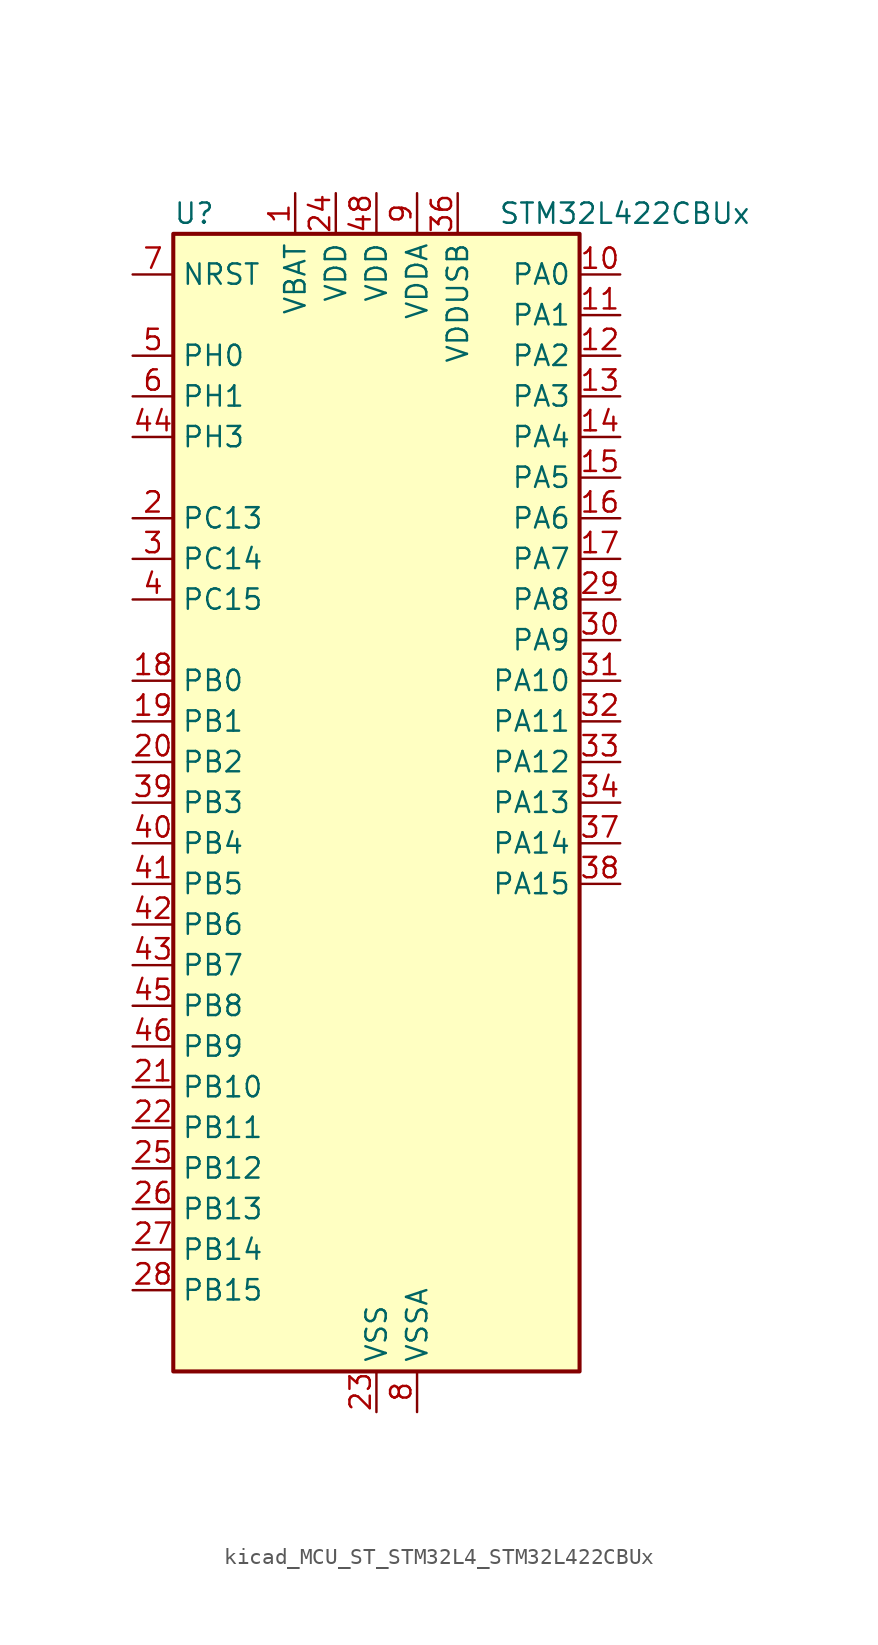
<source format=kicad_sym>
(kicad_symbol_lib
  (version 20220914)
  (generator kicad_symbol_editor)
  (symbol "kicad_MCU_ST_STM32L4_STM32L422CBUx"
    (property "Reference" "U"
      (at -12.7 36.83 0)
      (effects (font (size 1.27 1.27)) (justify left)))
    (property "Value" "STM32L422CBUx"
      (at 7.62 36.83 0)
      (effects (font (size 1.27 1.27)) (justify left)))
    (property "ki_locked" ""
      (at 0 0 0)
      (effects (font (size 1.27 1.27))))
    (symbol "kicad_MCU_ST_STM32L4_STM32L422CBUx_0_1"
      (rectangle (start -12.7 -35.56) (end 12.7 35.56) (stroke (width 0.254) (type default)) (fill (type background))))
    (symbol "kicad_MCU_ST_STM32L4_STM32L422CBUx_1_1"
      (pin power_in line (at -5.08 38.1 270) (length 2.54) (name "VBAT" (effects (font (size 1.27 1.27)))) (number "1" (effects (font (size 1.27 1.27)))))
      (pin bidirectional line (at 15.24 33.02 180) (length 2.54) (name "PA0" (effects (font (size 1.27 1.27)))) (number "10" (effects (font (size 1.27 1.27)))) (alternate "ADC1_IN5" bidirectional line) (alternate "COMP1_INM" bidirectional line) (alternate "COMP1_OUT" bidirectional line) (alternate "OPAMP1_VINP" bidirectional line) (alternate "RTC_TAMP2" bidirectional line) (alternate "SYS_WKUP1" bidirectional line) (alternate "TIM2_CH1" bidirectional line) (alternate "TIM2_ETR" bidirectional line) (alternate "USART2_CTS" bidirectional line))
      (pin bidirectional line (at 15.24 30.48 180) (length 2.54) (name "PA1" (effects (font (size 1.27 1.27)))) (number "11" (effects (font (size 1.27 1.27)))) (alternate "ADC1_IN6" bidirectional line) (alternate "COMP1_INP" bidirectional line) (alternate "I2C1_SMBA" bidirectional line) (alternate "OPAMP1_VINM" bidirectional line) (alternate "SPI1_SCK" bidirectional line) (alternate "TIM15_CH1N" bidirectional line) (alternate "TIM2_CH2" bidirectional line) (alternate "USART2_DE" bidirectional line) (alternate "USART2_RTS" bidirectional line))
      (pin bidirectional line (at 15.24 27.94 180) (length 2.54) (name "PA2" (effects (font (size 1.27 1.27)))) (number "12" (effects (font (size 1.27 1.27)))) (alternate "ADC1_IN7" bidirectional line) (alternate "ADC2_IN7" bidirectional line) (alternate "LPUART1_TX" bidirectional line) (alternate "QUADSPI_BK1_NCS" bidirectional line) (alternate "RCC_LSCO" bidirectional line) (alternate "SYS_WKUP4" bidirectional line) (alternate "TIM15_CH1" bidirectional line) (alternate "TIM2_CH3" bidirectional line) (alternate "USART2_TX" bidirectional line))
      (pin bidirectional line (at 15.24 25.4 180) (length 2.54) (name "PA3" (effects (font (size 1.27 1.27)))) (number "13" (effects (font (size 1.27 1.27)))) (alternate "ADC1_IN8" bidirectional line) (alternate "ADC2_IN8" bidirectional line) (alternate "LPUART1_RX" bidirectional line) (alternate "OPAMP1_VOUT" bidirectional line) (alternate "QUADSPI_CLK" bidirectional line) (alternate "TIM15_CH2" bidirectional line) (alternate "TIM2_CH4" bidirectional line) (alternate "USART2_RX" bidirectional line))
      (pin bidirectional line (at 15.24 22.86 180) (length 2.54) (name "PA4" (effects (font (size 1.27 1.27)))) (number "14" (effects (font (size 1.27 1.27)))) (alternate "ADC1_IN9" bidirectional line) (alternate "ADC2_IN9" bidirectional line) (alternate "COMP1_INM" bidirectional line) (alternate "LPTIM2_OUT" bidirectional line) (alternate "SPI1_NSS" bidirectional line) (alternate "USART2_CK" bidirectional line))
      (pin bidirectional line (at 15.24 20.32 180) (length 2.54) (name "PA5" (effects (font (size 1.27 1.27)))) (number "15" (effects (font (size 1.27 1.27)))) (alternate "ADC1_IN10" bidirectional line) (alternate "ADC2_IN10" bidirectional line) (alternate "COMP1_INM" bidirectional line) (alternate "LPTIM2_ETR" bidirectional line) (alternate "SPI1_SCK" bidirectional line) (alternate "TIM2_CH1" bidirectional line) (alternate "TIM2_ETR" bidirectional line))
      (pin bidirectional line (at 15.24 17.78 180) (length 2.54) (name "PA6" (effects (font (size 1.27 1.27)))) (number "16" (effects (font (size 1.27 1.27)))) (alternate "ADC1_IN11" bidirectional line) (alternate "ADC2_IN11" bidirectional line) (alternate "COMP1_OUT" bidirectional line) (alternate "LPUART1_CTS" bidirectional line) (alternate "QUADSPI_BK1_IO3" bidirectional line) (alternate "SPI1_MISO" bidirectional line) (alternate "TIM16_CH1" bidirectional line) (alternate "TIM1_BKIN" bidirectional line) (alternate "USART3_CTS" bidirectional line))
      (pin bidirectional line (at 15.24 15.24 180) (length 2.54) (name "PA7" (effects (font (size 1.27 1.27)))) (number "17" (effects (font (size 1.27 1.27)))) (alternate "ADC1_IN12" bidirectional line) (alternate "ADC2_IN12" bidirectional line) (alternate "I2C3_SCL" bidirectional line) (alternate "QUADSPI_BK1_IO2" bidirectional line) (alternate "SPI1_MOSI" bidirectional line) (alternate "TIM1_CH1N" bidirectional line))
      (pin bidirectional line (at -15.24 7.62 0) (length 2.54) (name "PB0" (effects (font (size 1.27 1.27)))) (number "18" (effects (font (size 1.27 1.27)))) (alternate "ADC1_IN15" bidirectional line) (alternate "ADC2_IN15" bidirectional line) (alternate "COMP1_OUT" bidirectional line) (alternate "QUADSPI_BK1_IO1" bidirectional line) (alternate "SPI1_NSS" bidirectional line) (alternate "SYS_TRACED0" bidirectional line) (alternate "TIM1_CH2N" bidirectional line) (alternate "USART3_CK" bidirectional line))
      (pin bidirectional line (at -15.24 5.08 0) (length 2.54) (name "PB1" (effects (font (size 1.27 1.27)))) (number "19" (effects (font (size 1.27 1.27)))) (alternate "ADC1_IN16" bidirectional line) (alternate "ADC2_IN16" bidirectional line) (alternate "COMP1_INM" bidirectional line) (alternate "LPTIM2_IN1" bidirectional line) (alternate "LPUART1_DE" bidirectional line) (alternate "LPUART1_RTS" bidirectional line) (alternate "QUADSPI_BK1_IO0" bidirectional line) (alternate "SYS_TRACED1" bidirectional line) (alternate "TIM1_CH3N" bidirectional line) (alternate "USART3_DE" bidirectional line) (alternate "USART3_RTS" bidirectional line))
      (pin bidirectional line (at -15.24 17.78 0) (length 2.54) (name "PC13" (effects (font (size 1.27 1.27)))) (number "2" (effects (font (size 1.27 1.27)))) (alternate "RTC_OUT_ALARM" bidirectional line) (alternate "RTC_OUT_CALIB" bidirectional line) (alternate "RTC_TAMP1" bidirectional line) (alternate "RTC_TS" bidirectional line) (alternate "SYS_WKUP2" bidirectional line))
      (pin bidirectional line (at -15.24 2.54 0) (length 2.54) (name "PB2" (effects (font (size 1.27 1.27)))) (number "20" (effects (font (size 1.27 1.27)))) (alternate "COMP1_INP" bidirectional line) (alternate "I2C3_SMBA" bidirectional line) (alternate "LPTIM1_OUT" bidirectional line) (alternate "RTC_OUT_ALARM" bidirectional line) (alternate "RTC_OUT_CALIB" bidirectional line))
      (pin bidirectional line (at -15.24 -17.78 0) (length 2.54) (name "PB10" (effects (font (size 1.27 1.27)))) (number "21" (effects (font (size 1.27 1.27)))) (alternate "COMP1_OUT" bidirectional line) (alternate "I2C2_SCL" bidirectional line) (alternate "LPUART1_RX" bidirectional line) (alternate "QUADSPI_CLK" bidirectional line) (alternate "SPI2_SCK" bidirectional line) (alternate "TIM2_CH3" bidirectional line) (alternate "TSC_SYNC" bidirectional line) (alternate "USART3_TX" bidirectional line))
      (pin bidirectional line (at -15.24 -20.32 0) (length 2.54) (name "PB11" (effects (font (size 1.27 1.27)))) (number "22" (effects (font (size 1.27 1.27)))) (alternate "ADC1_EXTI11" bidirectional line) (alternate "ADC2_EXTI11" bidirectional line) (alternate "I2C2_SDA" bidirectional line) (alternate "LPUART1_TX" bidirectional line) (alternate "QUADSPI_BK1_NCS" bidirectional line) (alternate "TIM2_CH4" bidirectional line) (alternate "USART3_RX" bidirectional line))
      (pin power_in line (at 0 -38.1 90) (length 2.54) (name "VSS" (effects (font (size 1.27 1.27)))) (number "23" (effects (font (size 1.27 1.27)))))
      (pin power_in line (at -2.54 38.1 270) (length 2.54) (name "VDD" (effects (font (size 1.27 1.27)))) (number "24" (effects (font (size 1.27 1.27)))))
      (pin bidirectional line (at -15.24 -22.86 0) (length 2.54) (name "PB12" (effects (font (size 1.27 1.27)))) (number "25" (effects (font (size 1.27 1.27)))) (alternate "I2C2_SMBA" bidirectional line) (alternate "LPUART1_DE" bidirectional line) (alternate "LPUART1_RTS" bidirectional line) (alternate "SPI2_NSS" bidirectional line) (alternate "TIM15_BKIN" bidirectional line) (alternate "TIM1_BKIN" bidirectional line) (alternate "TSC_G1_IO1" bidirectional line) (alternate "USART3_CK" bidirectional line))
      (pin bidirectional line (at -15.24 -25.4 0) (length 2.54) (name "PB13" (effects (font (size 1.27 1.27)))) (number "26" (effects (font (size 1.27 1.27)))) (alternate "I2C2_SCL" bidirectional line) (alternate "LPUART1_CTS" bidirectional line) (alternate "SPI2_SCK" bidirectional line) (alternate "TIM15_CH1N" bidirectional line) (alternate "TIM1_CH1N" bidirectional line) (alternate "TSC_G1_IO2" bidirectional line) (alternate "USART3_CTS" bidirectional line))
      (pin bidirectional line (at -15.24 -27.94 0) (length 2.54) (name "PB14" (effects (font (size 1.27 1.27)))) (number "27" (effects (font (size 1.27 1.27)))) (alternate "I2C2_SDA" bidirectional line) (alternate "SPI2_MISO" bidirectional line) (alternate "TIM15_CH1" bidirectional line) (alternate "TIM1_CH2N" bidirectional line) (alternate "TSC_G1_IO3" bidirectional line) (alternate "USART3_DE" bidirectional line) (alternate "USART3_RTS" bidirectional line))
      (pin bidirectional line (at -15.24 -30.48 0) (length 2.54) (name "PB15" (effects (font (size 1.27 1.27)))) (number "28" (effects (font (size 1.27 1.27)))) (alternate "ADC1_EXTI15" bidirectional line) (alternate "ADC2_EXTI15" bidirectional line) (alternate "RTC_REFIN" bidirectional line) (alternate "SPI2_MOSI" bidirectional line) (alternate "TIM15_CH2" bidirectional line) (alternate "TIM1_CH3N" bidirectional line) (alternate "TSC_G1_IO4" bidirectional line))
      (pin bidirectional line (at 15.24 12.7 180) (length 2.54) (name "PA8" (effects (font (size 1.27 1.27)))) (number "29" (effects (font (size 1.27 1.27)))) (alternate "LPTIM2_OUT" bidirectional line) (alternate "RCC_MCO" bidirectional line) (alternate "TIM1_CH1" bidirectional line) (alternate "USART1_CK" bidirectional line))
      (pin bidirectional line (at -15.24 15.24 0) (length 2.54) (name "PC14" (effects (font (size 1.27 1.27)))) (number "3" (effects (font (size 1.27 1.27)))) (alternate "RCC_OSC32_IN" bidirectional line))
      (pin bidirectional line (at 15.24 10.16 180) (length 2.54) (name "PA9" (effects (font (size 1.27 1.27)))) (number "30" (effects (font (size 1.27 1.27)))) (alternate "I2C1_SCL" bidirectional line) (alternate "TIM15_BKIN" bidirectional line) (alternate "TIM1_CH2" bidirectional line) (alternate "USART1_TX" bidirectional line))
      (pin bidirectional line (at 15.24 7.62 180) (length 2.54) (name "PA10" (effects (font (size 1.27 1.27)))) (number "31" (effects (font (size 1.27 1.27)))) (alternate "CRS_SYNC" bidirectional line) (alternate "I2C1_SDA" bidirectional line) (alternate "TIM1_CH3" bidirectional line) (alternate "USART1_RX" bidirectional line))
      (pin bidirectional line (at 15.24 5.08 180) (length 2.54) (name "PA11" (effects (font (size 1.27 1.27)))) (number "32" (effects (font (size 1.27 1.27)))) (alternate "ADC1_EXTI11" bidirectional line) (alternate "ADC2_EXTI11" bidirectional line) (alternate "COMP1_OUT" bidirectional line) (alternate "SPI1_MISO" bidirectional line) (alternate "TIM1_BKIN2" bidirectional line) (alternate "TIM1_BKIN2_COMP1" bidirectional line) (alternate "TIM1_CH4" bidirectional line) (alternate "USART1_CTS" bidirectional line) (alternate "USB_DM" bidirectional line))
      (pin bidirectional line (at 15.24 2.54 180) (length 2.54) (name "PA12" (effects (font (size 1.27 1.27)))) (number "33" (effects (font (size 1.27 1.27)))) (alternate "SPI1_MOSI" bidirectional line) (alternate "TIM1_ETR" bidirectional line) (alternate "USART1_DE" bidirectional line) (alternate "USART1_RTS" bidirectional line) (alternate "USB_DP" bidirectional line))
      (pin bidirectional line (at 15.24 0 180) (length 2.54) (name "PA13" (effects (font (size 1.27 1.27)))) (number "34" (effects (font (size 1.27 1.27)))) (alternate "IR_OUT" bidirectional line) (alternate "SYS_JTMS-SWDIO" bidirectional line) (alternate "USB_NOE" bidirectional line))
      (pin passive line (at 0 -38.1 90) (length 2.54) hide (name "VSS" (effects (font (size 1.27 1.27)))) (number "35" (effects (font (size 1.27 1.27)))))
      (pin power_in line (at 5.08 38.1 270) (length 2.54) (name "VDDUSB" (effects (font (size 1.27 1.27)))) (number "36" (effects (font (size 1.27 1.27)))))
      (pin bidirectional line (at 15.24 -2.54 180) (length 2.54) (name "PA14" (effects (font (size 1.27 1.27)))) (number "37" (effects (font (size 1.27 1.27)))) (alternate "I2C1_SMBA" bidirectional line) (alternate "LPTIM1_OUT" bidirectional line) (alternate "SYS_JTCK-SWCLK" bidirectional line))
      (pin bidirectional line (at 15.24 -5.08 180) (length 2.54) (name "PA15" (effects (font (size 1.27 1.27)))) (number "38" (effects (font (size 1.27 1.27)))) (alternate "ADC1_EXTI15" bidirectional line) (alternate "ADC2_EXTI15" bidirectional line) (alternate "SPI1_NSS" bidirectional line) (alternate "SYS_JTDI" bidirectional line) (alternate "TIM2_CH1" bidirectional line) (alternate "TIM2_ETR" bidirectional line) (alternate "USART2_RX" bidirectional line) (alternate "USART3_DE" bidirectional line) (alternate "USART3_RTS" bidirectional line))
      (pin bidirectional line (at -15.24 0 0) (length 2.54) (name "PB3" (effects (font (size 1.27 1.27)))) (number "39" (effects (font (size 1.27 1.27)))) (alternate "SPI1_SCK" bidirectional line) (alternate "SYS_JTDO-SWO" bidirectional line) (alternate "TIM2_CH2" bidirectional line) (alternate "USART1_DE" bidirectional line) (alternate "USART1_RTS" bidirectional line))
      (pin bidirectional line (at -15.24 12.7 0) (length 2.54) (name "PC15" (effects (font (size 1.27 1.27)))) (number "4" (effects (font (size 1.27 1.27)))) (alternate "ADC1_EXTI15" bidirectional line) (alternate "ADC2_EXTI15" bidirectional line) (alternate "RCC_OSC32_OUT" bidirectional line))
      (pin bidirectional line (at -15.24 -2.54 0) (length 2.54) (name "PB4" (effects (font (size 1.27 1.27)))) (number "40" (effects (font (size 1.27 1.27)))) (alternate "I2C3_SDA" bidirectional line) (alternate "SPI1_MISO" bidirectional line) (alternate "SYS_JTRST" bidirectional line) (alternate "TSC_G2_IO1" bidirectional line) (alternate "USART1_CTS" bidirectional line))
      (pin bidirectional line (at -15.24 -5.08 0) (length 2.54) (name "PB5" (effects (font (size 1.27 1.27)))) (number "41" (effects (font (size 1.27 1.27)))) (alternate "I2C1_SMBA" bidirectional line) (alternate "LPTIM1_IN1" bidirectional line) (alternate "SPI1_MOSI" bidirectional line) (alternate "SYS_TRACED2" bidirectional line) (alternate "TIM16_BKIN" bidirectional line) (alternate "TSC_G2_IO2" bidirectional line) (alternate "USART1_CK" bidirectional line))
      (pin bidirectional line (at -15.24 -7.62 0) (length 2.54) (name "PB6" (effects (font (size 1.27 1.27)))) (number "42" (effects (font (size 1.27 1.27)))) (alternate "I2C1_SCL" bidirectional line) (alternate "LPTIM1_ETR" bidirectional line) (alternate "SYS_TRACED3" bidirectional line) (alternate "TIM16_CH1N" bidirectional line) (alternate "TSC_G2_IO3" bidirectional line) (alternate "USART1_TX" bidirectional line))
      (pin bidirectional line (at -15.24 -10.16 0) (length 2.54) (name "PB7" (effects (font (size 1.27 1.27)))) (number "43" (effects (font (size 1.27 1.27)))) (alternate "I2C1_SDA" bidirectional line) (alternate "LPTIM1_IN2" bidirectional line) (alternate "SYS_PVD_IN" bidirectional line) (alternate "SYS_TRACECLK" bidirectional line) (alternate "TSC_G2_IO4" bidirectional line) (alternate "USART1_RX" bidirectional line))
      (pin bidirectional line (at -15.24 22.86 0) (length 2.54) (name "PH3" (effects (font (size 1.27 1.27)))) (number "44" (effects (font (size 1.27 1.27)))))
      (pin bidirectional line (at -15.24 -12.7 0) (length 2.54) (name "PB8" (effects (font (size 1.27 1.27)))) (number "45" (effects (font (size 1.27 1.27)))) (alternate "I2C1_SCL" bidirectional line) (alternate "TIM16_CH1" bidirectional line))
      (pin bidirectional line (at -15.24 -15.24 0) (length 2.54) (name "PB9" (effects (font (size 1.27 1.27)))) (number "46" (effects (font (size 1.27 1.27)))) (alternate "I2C1_SDA" bidirectional line) (alternate "IR_OUT" bidirectional line) (alternate "SPI2_NSS" bidirectional line))
      (pin passive line (at 0 -38.1 90) (length 2.54) hide (name "VSS" (effects (font (size 1.27 1.27)))) (number "47" (effects (font (size 1.27 1.27)))))
      (pin power_in line (at 0 38.1 270) (length 2.54) (name "VDD" (effects (font (size 1.27 1.27)))) (number "48" (effects (font (size 1.27 1.27)))))
      (pin passive line (at 0 -38.1 90) (length 2.54) hide (name "VSS" (effects (font (size 1.27 1.27)))) (number "49" (effects (font (size 1.27 1.27)))))
      (pin bidirectional line (at -15.24 27.94 0) (length 2.54) (name "PH0" (effects (font (size 1.27 1.27)))) (number "5" (effects (font (size 1.27 1.27)))) (alternate "RCC_OSC_IN" bidirectional line))
      (pin bidirectional line (at -15.24 25.4 0) (length 2.54) (name "PH1" (effects (font (size 1.27 1.27)))) (number "6" (effects (font (size 1.27 1.27)))) (alternate "RCC_OSC_OUT" bidirectional line))
      (pin input line (at -15.24 33.02 0) (length 2.54) (name "NRST" (effects (font (size 1.27 1.27)))) (number "7" (effects (font (size 1.27 1.27)))))
      (pin power_in line (at 2.54 -38.1 90) (length 2.54) (name "VSSA" (effects (font (size 1.27 1.27)))) (number "8" (effects (font (size 1.27 1.27)))))
      (pin power_in line (at 2.54 38.1 270) (length 2.54) (name "VDDA" (effects (font (size 1.27 1.27)))) (number "9" (effects (font (size 1.27 1.27))))))))
</source>
